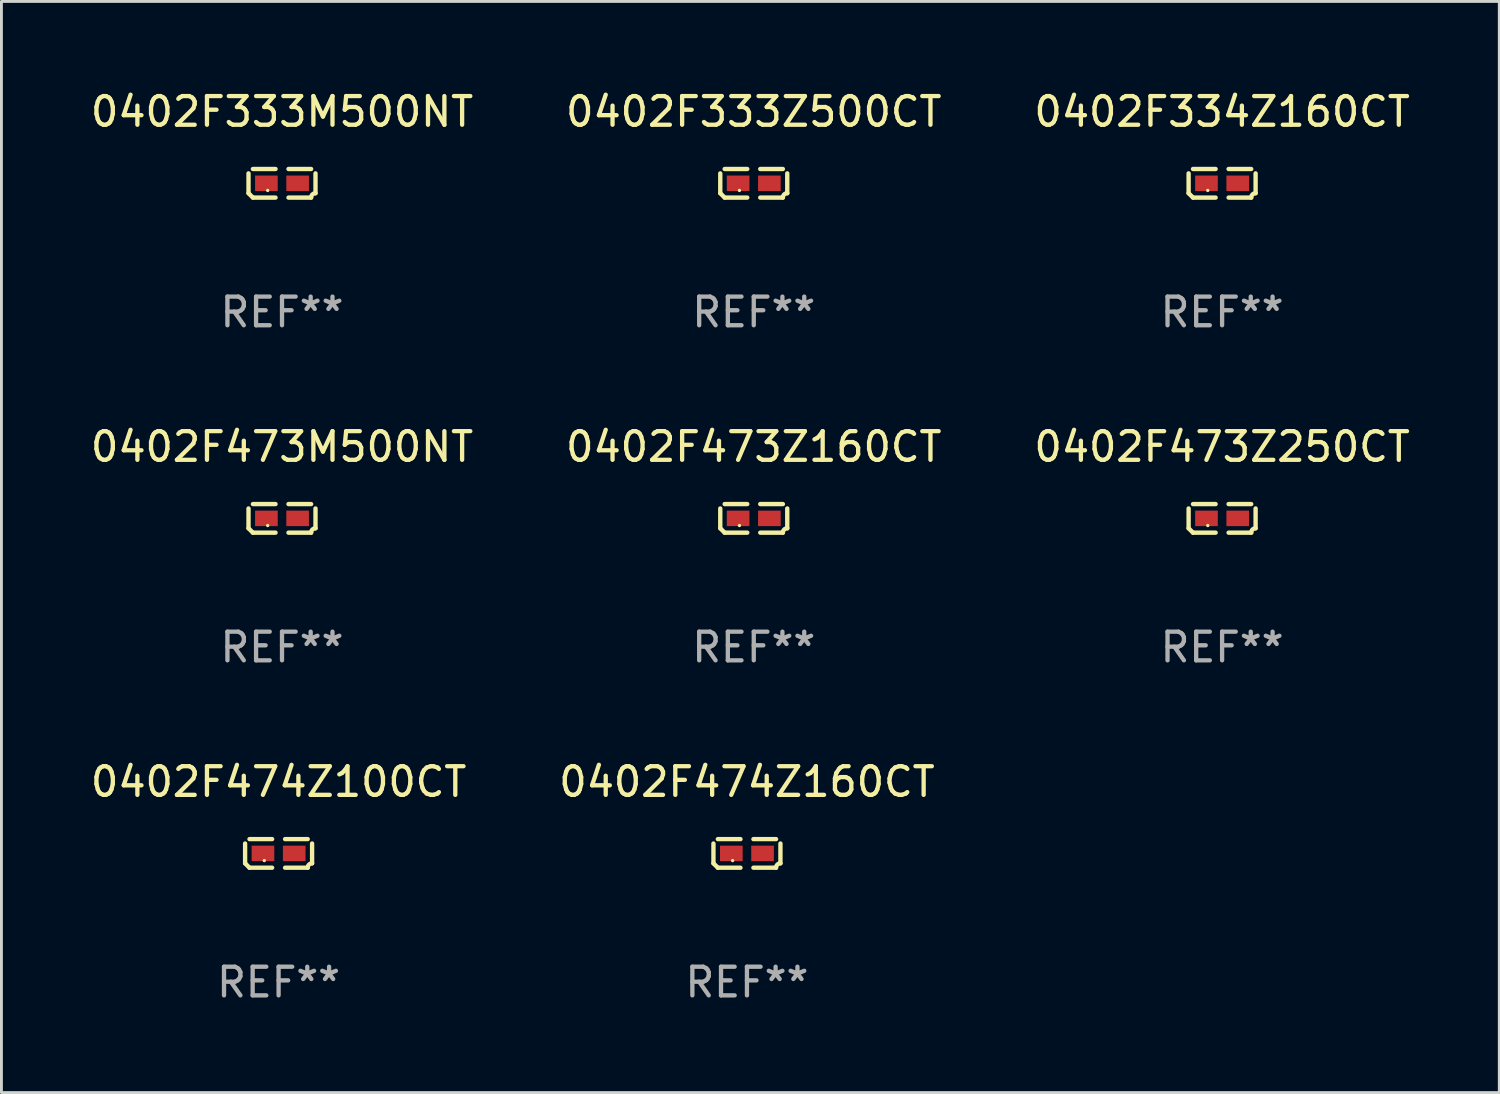
<source format=kicad_pcb>
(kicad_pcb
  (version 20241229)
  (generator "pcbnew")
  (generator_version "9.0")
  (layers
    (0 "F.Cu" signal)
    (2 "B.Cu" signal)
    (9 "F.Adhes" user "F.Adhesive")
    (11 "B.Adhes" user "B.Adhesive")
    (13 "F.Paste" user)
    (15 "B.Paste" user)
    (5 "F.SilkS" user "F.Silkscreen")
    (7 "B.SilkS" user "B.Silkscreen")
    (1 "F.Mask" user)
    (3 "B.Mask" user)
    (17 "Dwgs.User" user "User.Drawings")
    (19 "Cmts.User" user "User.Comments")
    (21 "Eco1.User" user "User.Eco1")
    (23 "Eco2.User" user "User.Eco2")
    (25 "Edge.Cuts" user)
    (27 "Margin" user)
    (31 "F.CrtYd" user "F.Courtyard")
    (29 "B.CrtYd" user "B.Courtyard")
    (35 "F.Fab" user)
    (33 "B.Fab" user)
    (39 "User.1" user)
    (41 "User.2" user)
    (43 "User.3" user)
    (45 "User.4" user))
  (footprint "0402F334Z160CT"
    (layer "F.Cu")
    (at 39.601 3.347)
    (property "Reference" "0402F334Z160CT" (at 0 -2.499 0) (layer "F.SilkS") (effects (font (size 1 1) (thickness 0.15))))
    (attr through_hole)
    (fp_line (start -1.169 0.346) (end -1.169 -0.346) (stroke (width 0.152) (type solid)) (layer "F.SilkS"))
    (fp_line (start -1.016 -0.499) (end -0.226 -0.499) (stroke (width 0.152) (type solid)) (layer "F.SilkS"))
    (fp_line (start -0.226 0.499) (end -1.016 0.499) (stroke (width 0.152) (type solid)) (layer "F.SilkS"))
    (fp_line (start 0.226 0.499) (end 1.016 0.499) (stroke (width 0.152) (type solid)) (layer "F.SilkS"))
    (fp_line (start 1.016 -0.499) (end 0.226 -0.499) (stroke (width 0.152) (type solid)) (layer "F.SilkS"))
    (fp_line (start 1.169 0.346) (end 1.169 -0.346) (stroke (width 0.152) (type solid)) (layer "F.SilkS"))
    (fp_arc (start -1.016307 0.498603) (mid -1.092512 0.422405) (end -1.16871 0.3462) (stroke (width 0.1524) (type solid)) (layer "F.SilkS"))
    (fp_arc (start 1.016307 0.498603) (mid 1.060899 0.390758) (end 1.168707 0.346076) (stroke (width 0.1524) (type solid)) (layer "F.SilkS"))
    (fp_circle (center -0.5 0.25) (end -0.47 0.25) (stroke (width 0.06) (type solid)) (fill no) (layer "F.SilkS"))
    (fp_text user "REF**" (at 0 4.499 0) (layer "F.Fab") (effects (font (size 1 1) (thickness 0.15))))
    (pad "1" smd rect (at -0.545 0) (size 0.79 0.54) (layers "F.Cu" "F.Mask" "F.Paste"))
    (pad "2" smd rect (at 0.545 0) (size 0.79 0.54) (layers "F.Cu" "F.Mask" "F.Paste")))
  (footprint "0402F473M500NT"
    (layer "F.Cu")
    (at 6.792 15.041)
    (property "Reference" "0402F473M500NT" (at 0 -2.499 0) (layer "F.SilkS") (effects (font (size 1 1) (thickness 0.15))))
    (attr through_hole)
    (fp_line (start -1.169 0.346) (end -1.169 -0.346) (stroke (width 0.152) (type solid)) (layer "F.SilkS"))
    (fp_line (start -1.016 -0.499) (end -0.226 -0.499) (stroke (width 0.152) (type solid)) (layer "F.SilkS"))
    (fp_line (start -0.226 0.499) (end -1.016 0.499) (stroke (width 0.152) (type solid)) (layer "F.SilkS"))
    (fp_line (start 0.226 0.499) (end 1.016 0.499) (stroke (width 0.152) (type solid)) (layer "F.SilkS"))
    (fp_line (start 1.016 -0.499) (end 0.226 -0.499) (stroke (width 0.152) (type solid)) (layer "F.SilkS"))
    (fp_line (start 1.169 0.346) (end 1.169 -0.346) (stroke (width 0.152) (type solid)) (layer "F.SilkS"))
    (fp_arc (start -1.016307 0.498603) (mid -1.092512 0.422405) (end -1.16871 0.3462) (stroke (width 0.1524) (type solid)) (layer "F.SilkS"))
    (fp_arc (start 1.016307 0.498603) (mid 1.060899 0.390758) (end 1.168707 0.346076) (stroke (width 0.1524) (type solid)) (layer "F.SilkS"))
    (fp_circle (center -0.5 0.25) (end -0.47 0.25) (stroke (width 0.06) (type solid)) (fill no) (layer "F.SilkS"))
    (fp_text user "REF**" (at 0 4.499 0) (layer "F.Fab") (effects (font (size 1 1) (thickness 0.15))))
    (pad "1" smd rect (at -0.545 0) (size 0.79 0.54) (layers "F.Cu" "F.Mask" "F.Paste"))
    (pad "2" smd rect (at 0.545 0) (size 0.79 0.54) (layers "F.Cu" "F.Mask" "F.Paste")))
  (footprint "0402F474Z100CT"
    (layer "F.Cu")
    (at 6.673 26.734)
    (property "Reference" "0402F474Z100CT" (at 0 -2.499 0) (layer "F.SilkS") (effects (font (size 1 1) (thickness 0.15))))
    (attr through_hole)
    (fp_line (start -1.169 0.346) (end -1.169 -0.346) (stroke (width 0.152) (type solid)) (layer "F.SilkS"))
    (fp_line (start -1.016 -0.499) (end -0.226 -0.499) (stroke (width 0.152) (type solid)) (layer "F.SilkS"))
    (fp_line (start -0.226 0.499) (end -1.016 0.499) (stroke (width 0.152) (type solid)) (layer "F.SilkS"))
    (fp_line (start 0.226 0.499) (end 1.016 0.499) (stroke (width 0.152) (type solid)) (layer "F.SilkS"))
    (fp_line (start 1.016 -0.499) (end 0.226 -0.499) (stroke (width 0.152) (type solid)) (layer "F.SilkS"))
    (fp_line (start 1.169 0.346) (end 1.169 -0.346) (stroke (width 0.152) (type solid)) (layer "F.SilkS"))
    (fp_arc (start -1.016307 0.498603) (mid -1.092512 0.422405) (end -1.16871 0.3462) (stroke (width 0.1524) (type solid)) (layer "F.SilkS"))
    (fp_arc (start 1.016307 0.498603) (mid 1.060899 0.390758) (end 1.168707 0.346076) (stroke (width 0.1524) (type solid)) (layer "F.SilkS"))
    (fp_circle (center -0.5 0.25) (end -0.47 0.25) (stroke (width 0.06) (type solid)) (fill no) (layer "F.SilkS"))
    (fp_text user "REF**" (at 0 4.499 0) (layer "F.Fab") (effects (font (size 1 1) (thickness 0.15))))
    (pad "1" smd rect (at -0.545 0) (size 0.79 0.54) (layers "F.Cu" "F.Mask" "F.Paste"))
    (pad "2" smd rect (at 0.545 0) (size 0.79 0.54) (layers "F.Cu" "F.Mask" "F.Paste")))
  (footprint "0402F473Z160CT"
    (layer "F.Cu")
    (at 23.256 15.041)
    (property "Reference" "0402F473Z160CT" (at 0 -2.499 0) (layer "F.SilkS") (effects (font (size 1 1) (thickness 0.15))))
    (attr through_hole)
    (fp_line (start -1.169 0.346) (end -1.169 -0.346) (stroke (width 0.152) (type solid)) (layer "F.SilkS"))
    (fp_line (start -1.016 -0.499) (end -0.226 -0.499) (stroke (width 0.152) (type solid)) (layer "F.SilkS"))
    (fp_line (start -0.226 0.499) (end -1.016 0.499) (stroke (width 0.152) (type solid)) (layer "F.SilkS"))
    (fp_line (start 0.226 0.499) (end 1.016 0.499) (stroke (width 0.152) (type solid)) (layer "F.SilkS"))
    (fp_line (start 1.016 -0.499) (end 0.226 -0.499) (stroke (width 0.152) (type solid)) (layer "F.SilkS"))
    (fp_line (start 1.169 0.346) (end 1.169 -0.346) (stroke (width 0.152) (type solid)) (layer "F.SilkS"))
    (fp_arc (start -1.016307 0.498603) (mid -1.092512 0.422405) (end -1.16871 0.3462) (stroke (width 0.1524) (type solid)) (layer "F.SilkS"))
    (fp_arc (start 1.016307 0.498603) (mid 1.060899 0.390758) (end 1.168707 0.346076) (stroke (width 0.1524) (type solid)) (layer "F.SilkS"))
    (fp_circle (center -0.5 0.25) (end -0.47 0.25) (stroke (width 0.06) (type solid)) (fill no) (layer "F.SilkS"))
    (fp_text user "REF**" (at 0 4.499 0) (layer "F.Fab") (effects (font (size 1 1) (thickness 0.15))))
    (pad "1" smd rect (at -0.545 0) (size 0.79 0.54) (layers "F.Cu" "F.Mask" "F.Paste"))
    (pad "2" smd rect (at 0.545 0) (size 0.79 0.54) (layers "F.Cu" "F.Mask" "F.Paste")))
  (footprint "0402F474Z160CT"
    (layer "F.Cu")
    (at 23.018 26.734)
    (property "Reference" "0402F474Z160CT" (at 0 -2.499 0) (layer "F.SilkS") (effects (font (size 1 1) (thickness 0.15))))
    (attr through_hole)
    (fp_line (start -1.169 0.346) (end -1.169 -0.346) (stroke (width 0.152) (type solid)) (layer "F.SilkS"))
    (fp_line (start -1.016 -0.499) (end -0.226 -0.499) (stroke (width 0.152) (type solid)) (layer "F.SilkS"))
    (fp_line (start -0.226 0.499) (end -1.016 0.499) (stroke (width 0.152) (type solid)) (layer "F.SilkS"))
    (fp_line (start 0.226 0.499) (end 1.016 0.499) (stroke (width 0.152) (type solid)) (layer "F.SilkS"))
    (fp_line (start 1.016 -0.499) (end 0.226 -0.499) (stroke (width 0.152) (type solid)) (layer "F.SilkS"))
    (fp_line (start 1.169 0.346) (end 1.169 -0.346) (stroke (width 0.152) (type solid)) (layer "F.SilkS"))
    (fp_arc (start -1.016307 0.498603) (mid -1.092512 0.422405) (end -1.16871 0.3462) (stroke (width 0.1524) (type solid)) (layer "F.SilkS"))
    (fp_arc (start 1.016307 0.498603) (mid 1.060899 0.390758) (end 1.168707 0.346076) (stroke (width 0.1524) (type solid)) (layer "F.SilkS"))
    (fp_circle (center -0.5 0.25) (end -0.47 0.25) (stroke (width 0.06) (type solid)) (fill no) (layer "F.SilkS"))
    (fp_text user "REF**" (at 0 4.499 0) (layer "F.Fab") (effects (font (size 1 1) (thickness 0.15))))
    (pad "1" smd rect (at -0.545 0) (size 0.79 0.54) (layers "F.Cu" "F.Mask" "F.Paste"))
    (pad "2" smd rect (at 0.545 0) (size 0.79 0.54) (layers "F.Cu" "F.Mask" "F.Paste")))
  (footprint "0402F333Z500CT"
    (layer "F.Cu")
    (at 23.256 3.347)
    (property "Reference" "0402F333Z500CT" (at 0 -2.499 0) (layer "F.SilkS") (effects (font (size 1 1) (thickness 0.15))))
    (attr through_hole)
    (fp_line (start -1.169 0.346) (end -1.169 -0.346) (stroke (width 0.152) (type solid)) (layer "F.SilkS"))
    (fp_line (start -1.016 -0.499) (end -0.226 -0.499) (stroke (width 0.152) (type solid)) (layer "F.SilkS"))
    (fp_line (start -0.226 0.499) (end -1.016 0.499) (stroke (width 0.152) (type solid)) (layer "F.SilkS"))
    (fp_line (start 0.226 0.499) (end 1.016 0.499) (stroke (width 0.152) (type solid)) (layer "F.SilkS"))
    (fp_line (start 1.016 -0.499) (end 0.226 -0.499) (stroke (width 0.152) (type solid)) (layer "F.SilkS"))
    (fp_line (start 1.169 0.346) (end 1.169 -0.346) (stroke (width 0.152) (type solid)) (layer "F.SilkS"))
    (fp_arc (start -1.016307 0.498603) (mid -1.092512 0.422405) (end -1.16871 0.3462) (stroke (width 0.1524) (type solid)) (layer "F.SilkS"))
    (fp_arc (start 1.016307 0.498603) (mid 1.060899 0.390758) (end 1.168707 0.346076) (stroke (width 0.1524) (type solid)) (layer "F.SilkS"))
    (fp_circle (center -0.5 0.25) (end -0.47 0.25) (stroke (width 0.06) (type solid)) (fill no) (layer "F.SilkS"))
    (fp_text user "REF**" (at 0 4.499 0) (layer "F.Fab") (effects (font (size 1 1) (thickness 0.15))))
    (pad "1" smd rect (at -0.545 0) (size 0.79 0.54) (layers "F.Cu" "F.Mask" "F.Paste"))
    (pad "2" smd rect (at 0.545 0) (size 0.79 0.54) (layers "F.Cu" "F.Mask" "F.Paste")))
  (footprint "0402F473Z250CT"
    (layer "F.Cu")
    (at 39.601 15.041)
    (property "Reference" "0402F473Z250CT" (at 0 -2.499 0) (layer "F.SilkS") (effects (font (size 1 1) (thickness 0.15))))
    (attr through_hole)
    (fp_line (start -1.169 0.346) (end -1.169 -0.346) (stroke (width 0.152) (type solid)) (layer "F.SilkS"))
    (fp_line (start -1.016 -0.499) (end -0.226 -0.499) (stroke (width 0.152) (type solid)) (layer "F.SilkS"))
    (fp_line (start -0.226 0.499) (end -1.016 0.499) (stroke (width 0.152) (type solid)) (layer "F.SilkS"))
    (fp_line (start 0.226 0.499) (end 1.016 0.499) (stroke (width 0.152) (type solid)) (layer "F.SilkS"))
    (fp_line (start 1.016 -0.499) (end 0.226 -0.499) (stroke (width 0.152) (type solid)) (layer "F.SilkS"))
    (fp_line (start 1.169 0.346) (end 1.169 -0.346) (stroke (width 0.152) (type solid)) (layer "F.SilkS"))
    (fp_arc (start -1.016307 0.498603) (mid -1.092512 0.422405) (end -1.16871 0.3462) (stroke (width 0.1524) (type solid)) (layer "F.SilkS"))
    (fp_arc (start 1.016307 0.498603) (mid 1.060899 0.390758) (end 1.168707 0.346076) (stroke (width 0.1524) (type solid)) (layer "F.SilkS"))
    (fp_circle (center -0.5 0.25) (end -0.47 0.25) (stroke (width 0.06) (type solid)) (fill no) (layer "F.SilkS"))
    (fp_text user "REF**" (at 0 4.499 0) (layer "F.Fab") (effects (font (size 1 1) (thickness 0.15))))
    (pad "1" smd rect (at -0.545 0) (size 0.79 0.54) (layers "F.Cu" "F.Mask" "F.Paste"))
    (pad "2" smd rect (at 0.545 0) (size 0.79 0.54) (layers "F.Cu" "F.Mask" "F.Paste")))
  (footprint "0402F333M500NT"
    (layer "F.Cu")
    (at 6.792 3.347)
    (property "Reference" "0402F333M500NT" (at 0 -2.499 0) (layer "F.SilkS") (effects (font (size 1 1) (thickness 0.15))))
    (attr through_hole)
    (fp_line (start -1.169 0.346) (end -1.169 -0.346) (stroke (width 0.152) (type solid)) (layer "F.SilkS"))
    (fp_line (start -1.016 -0.499) (end -0.226 -0.499) (stroke (width 0.152) (type solid)) (layer "F.SilkS"))
    (fp_line (start -0.226 0.499) (end -1.016 0.499) (stroke (width 0.152) (type solid)) (layer "F.SilkS"))
    (fp_line (start 0.226 0.499) (end 1.016 0.499) (stroke (width 0.152) (type solid)) (layer "F.SilkS"))
    (fp_line (start 1.016 -0.499) (end 0.226 -0.499) (stroke (width 0.152) (type solid)) (layer "F.SilkS"))
    (fp_line (start 1.169 0.346) (end 1.169 -0.346) (stroke (width 0.152) (type solid)) (layer "F.SilkS"))
    (fp_arc (start -1.016307 0.498603) (mid -1.092512 0.422405) (end -1.16871 0.3462) (stroke (width 0.1524) (type solid)) (layer "F.SilkS"))
    (fp_arc (start 1.016307 0.498603) (mid 1.060899 0.390758) (end 1.168707 0.346076) (stroke (width 0.1524) (type solid)) (layer "F.SilkS"))
    (fp_circle (center -0.5 0.25) (end -0.47 0.25) (stroke (width 0.06) (type solid)) (fill no) (layer "F.SilkS"))
    (fp_text user "REF**" (at 0 4.499 0) (layer "F.Fab") (effects (font (size 1 1) (thickness 0.15))))
    (pad "1" smd rect (at -0.545 0) (size 0.79 0.54) (layers "F.Cu" "F.Mask" "F.Paste"))
    (pad "2" smd rect (at 0.545 0) (size 0.79 0.54) (layers "F.Cu" "F.Mask" "F.Paste")))
  (gr_rect
    (start -3 -3)
    (end 49.274 35.081)
    (stroke (width 0.1) (type default))
    (fill no)
    (layer "Edge.Cuts")))
</source>
